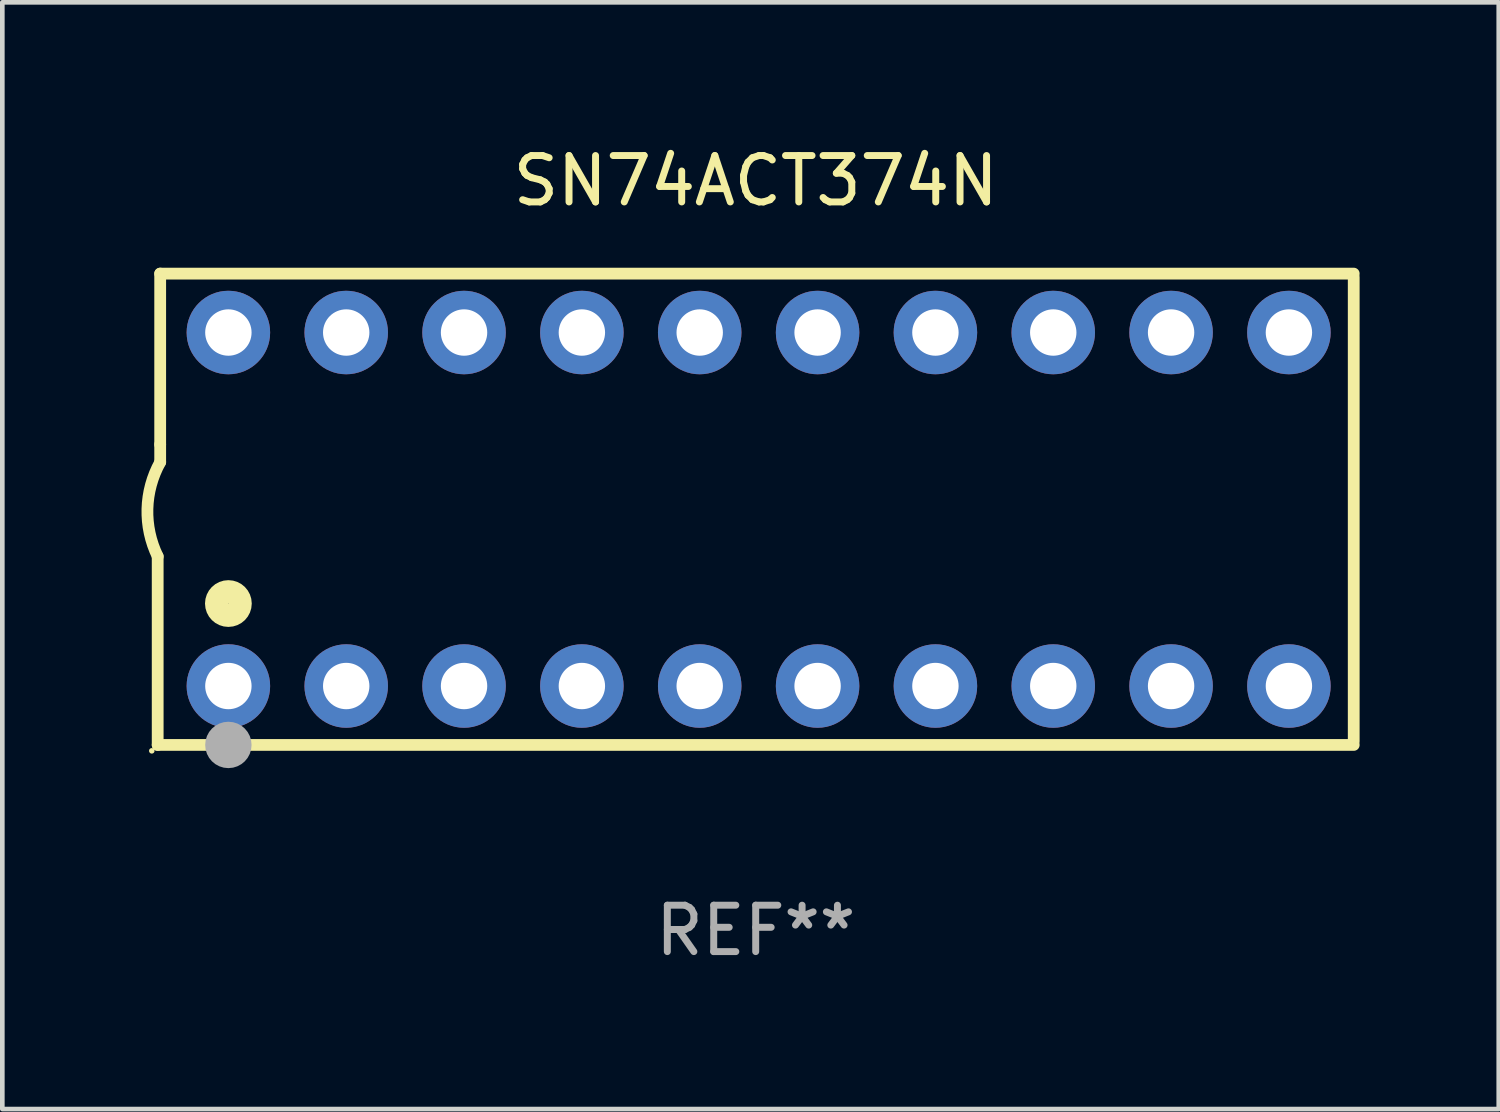
<source format=kicad_pcb>
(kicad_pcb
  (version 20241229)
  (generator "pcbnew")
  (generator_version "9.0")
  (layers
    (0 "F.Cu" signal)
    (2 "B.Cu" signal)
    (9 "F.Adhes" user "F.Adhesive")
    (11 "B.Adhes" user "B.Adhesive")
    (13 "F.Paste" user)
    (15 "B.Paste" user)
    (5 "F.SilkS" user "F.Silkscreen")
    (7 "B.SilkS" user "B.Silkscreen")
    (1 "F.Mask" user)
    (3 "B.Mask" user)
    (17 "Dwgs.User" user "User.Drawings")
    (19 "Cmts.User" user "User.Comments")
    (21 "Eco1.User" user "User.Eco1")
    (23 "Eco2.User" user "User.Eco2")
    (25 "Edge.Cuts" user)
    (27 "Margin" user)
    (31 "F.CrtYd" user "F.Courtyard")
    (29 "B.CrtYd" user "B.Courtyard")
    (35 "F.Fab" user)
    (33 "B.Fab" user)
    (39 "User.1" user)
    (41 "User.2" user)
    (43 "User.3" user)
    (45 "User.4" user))
  (footprint "SN74ACT374N"
    (layer "F.Cu")
    (at 13.24 7.928)
    (property "Reference" "SN74ACT374N" (at 0 -7.08 0) (layer "F.SilkS") (effects (font (size 1 1) (thickness 0.15))))
    (attr through_hole)
    (fp_line (start -12.891 5.08) (end -12.891 1.016) (stroke (width 0.254) (type solid)) (layer "F.SilkS"))
    (fp_line (start -12.891 5.08) (end 12.891 5.08) (stroke (width 0.254) (type solid)) (layer "F.SilkS"))
    (fp_line (start -12.837 -5.08) (end -12.837 -1.397) (stroke (width 0.254) (type solid)) (layer "F.SilkS"))
    (fp_line (start -12.837 -5.08) (end 12.891 -5.08) (stroke (width 0.254) (type solid)) (layer "F.SilkS"))
    (fp_line (start -12.837 -1.397) (end -12.837 -1.016) (stroke (width 0.254) (type solid)) (layer "F.SilkS"))
    (fp_line (start 12.891 -5) (end 12.891 5) (stroke (width 0.254) (type solid)) (layer "F.SilkS"))
    (fp_arc (start -12.890526 1.016002) (mid -13.111945 -0.006602) (end -12.836525 -1.016002) (stroke (width 0.254001) (type solid)) (layer "F.SilkS"))
    (fp_circle (center -13.018 5.207) (end -12.988 5.207) (stroke (width 0.06) (type solid)) (fill no) (layer "F.SilkS"))
    (fp_circle (center -11.367 2.032) (end -11.113 2.032) (stroke (width 0.5) (type solid)) (fill no) (layer "F.SilkS"))
    (fp_circle (center -11.367 5.08) (end -11.117 5.08) (stroke (width 0.5) (type solid)) (fill no) (layer "F.Fab"))
    (fp_text user "REF**" (at 0 9.08 0) (layer "F.Fab") (effects (font (size 1 1) (thickness 0.15))))
    (pad "1" thru_hole circle (at -11.367 3.81) (size 1.8 1.8) (drill 1) (layers "*.Cu" "*.Mask"))
    (pad "2" thru_hole circle (at -8.827 3.81) (size 1.8 1.8) (drill 1) (layers "*.Cu" "*.Mask"))
    (pad "3" thru_hole circle (at -6.287 3.81) (size 1.8 1.8) (drill 1) (layers "*.Cu" "*.Mask"))
    (pad "4" thru_hole circle (at -3.747 3.81) (size 1.8 1.8) (drill 1) (layers "*.Cu" "*.Mask"))
    (pad "5" thru_hole circle (at -1.207 3.81) (size 1.8 1.8) (drill 1) (layers "*.Cu" "*.Mask"))
    (pad "6" thru_hole circle (at 1.334 3.81) (size 1.8 1.8) (drill 1) (layers "*.Cu" "*.Mask"))
    (pad "7" thru_hole circle (at 3.874 3.81) (size 1.8 1.8) (drill 1) (layers "*.Cu" "*.Mask"))
    (pad "8" thru_hole circle (at 6.414 3.81) (size 1.8 1.8) (drill 1) (layers "*.Cu" "*.Mask"))
    (pad "9" thru_hole circle (at 8.954 3.81) (size 1.8 1.8) (drill 1) (layers "*.Cu" "*.Mask"))
    (pad "10" thru_hole circle (at 11.494 3.81) (size 1.8 1.8) (drill 1) (layers "*.Cu" "*.Mask"))
    (pad "11" thru_hole circle (at 11.494 -3.81) (size 1.8 1.8) (drill 1) (layers "*.Cu" "*.Mask"))
    (pad "12" thru_hole circle (at 8.954 -3.81) (size 1.8 1.8) (drill 1) (layers "*.Cu" "*.Mask"))
    (pad "13" thru_hole circle (at 6.414 -3.81) (size 1.8 1.8) (drill 1) (layers "*.Cu" "*.Mask"))
    (pad "14" thru_hole circle (at 3.874 -3.81) (size 1.8 1.8) (drill 1) (layers "*.Cu" "*.Mask"))
    (pad "15" thru_hole circle (at 1.334 -3.81) (size 1.8 1.8) (drill 1) (layers "*.Cu" "*.Mask"))
    (pad "16" thru_hole circle (at -1.207 -3.81) (size 1.8 1.8) (drill 1) (layers "*.Cu" "*.Mask"))
    (pad "17" thru_hole circle (at -3.747 -3.81) (size 1.8 1.8) (drill 1) (layers "*.Cu" "*.Mask"))
    (pad "18" thru_hole circle (at -6.287 -3.81) (size 1.8 1.8) (drill 1) (layers "*.Cu" "*.Mask"))
    (pad "19" thru_hole circle (at -8.827 -3.81) (size 1.8 1.8) (drill 1) (layers "*.Cu" "*.Mask"))
    (pad "20" thru_hole circle (at -11.367 -3.81) (size 1.8 1.8) (drill 1) (layers "*.Cu" "*.Mask")))
  (gr_rect
    (start -3 -3)
    (end 29.257 20.857)
    (stroke (width 0.1) (type default))
    (fill no)
    (layer "Edge.Cuts")))
</source>
